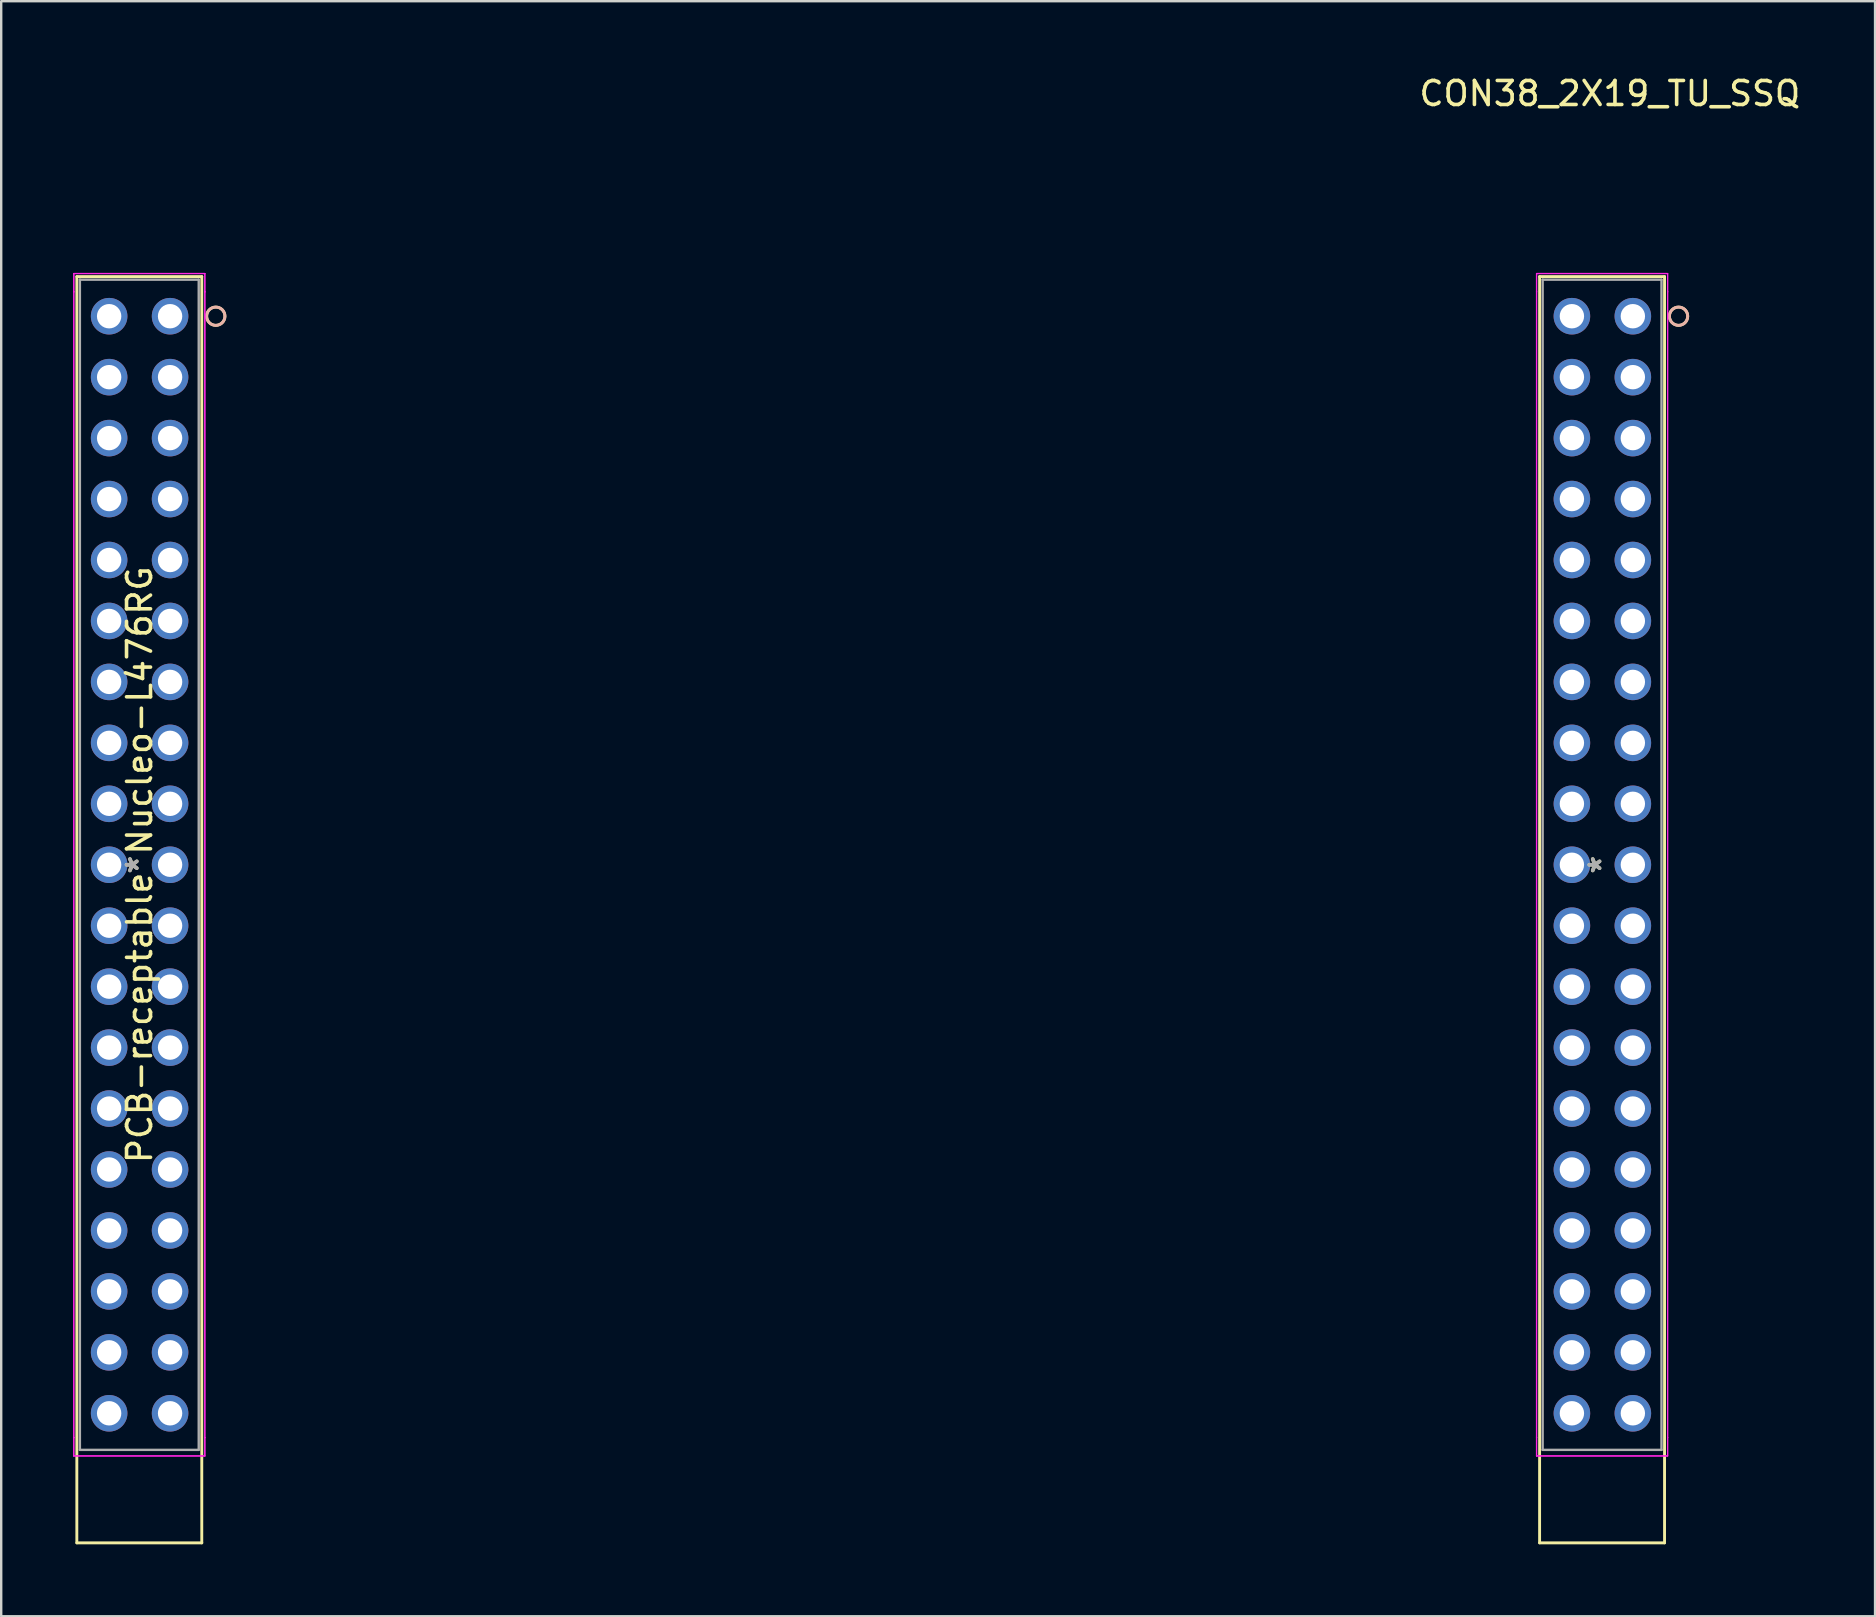
<source format=kicad_pcb>
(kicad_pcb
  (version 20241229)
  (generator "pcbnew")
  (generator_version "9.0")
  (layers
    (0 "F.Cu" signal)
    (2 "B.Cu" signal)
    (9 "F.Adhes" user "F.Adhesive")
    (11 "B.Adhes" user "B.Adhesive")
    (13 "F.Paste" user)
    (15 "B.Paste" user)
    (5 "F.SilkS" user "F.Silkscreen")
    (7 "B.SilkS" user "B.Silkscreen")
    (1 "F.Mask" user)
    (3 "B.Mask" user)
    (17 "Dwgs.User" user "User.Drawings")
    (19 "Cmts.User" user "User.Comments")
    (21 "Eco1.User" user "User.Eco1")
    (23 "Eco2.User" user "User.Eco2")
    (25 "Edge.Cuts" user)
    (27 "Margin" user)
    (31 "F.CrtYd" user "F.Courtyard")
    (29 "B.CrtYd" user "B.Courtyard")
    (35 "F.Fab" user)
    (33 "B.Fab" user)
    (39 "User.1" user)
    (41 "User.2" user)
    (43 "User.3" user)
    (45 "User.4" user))
  (footprint "PCB-receptable Nucleo-L476RG"
    (layer "F.Cu")
    (at 24.038 35.848)
    (property "Reference" "PCB-receptable Nucleo-L476RG" (at -21.27 -2.86 90) (layer "F.SilkS") (effects (font (size 1 1) (thickness 0.15))))
    (property "Value" "CON38_2X19_TU_SSQ" (at -20 -35 180) (layer "F.SilkS") (hide yes) (effects (font (size 1 1) (thickness 0.15))))
    (attr through_hole)
    (fp_line (start -23.886 -27.371) (end -23.886 25.4) (stroke (width 0.12) (type solid)) (layer "F.SilkS"))
    (fp_line (start -23.886 25.4) (end -18.679 25.4) (stroke (width 0.12) (type solid)) (layer "F.SilkS"))
    (fp_line (start -18.679 -27.371) (end -23.886 -27.371) (stroke (width 0.12) (type solid)) (layer "F.SilkS"))
    (fp_line (start -18.679 25.4) (end -18.679 -27.371) (stroke (width 0.12) (type solid)) (layer "F.SilkS"))
    (fp_line (start 37.074 -27.371) (end 37.074 25.4) (stroke (width 0.12) (type solid)) (layer "F.SilkS"))
    (fp_line (start 37.074 25.4) (end 42.281 25.4) (stroke (width 0.12) (type solid)) (layer "F.SilkS"))
    (fp_line (start 42.281 -27.371) (end 37.074 -27.371) (stroke (width 0.12) (type solid)) (layer "F.SilkS"))
    (fp_line (start 42.281 25.4) (end 42.281 -27.371) (stroke (width 0.12) (type solid)) (layer "F.SilkS"))
    (fp_circle (center -18.095 -25.72) (end -18.095 -26.101) (stroke (width 0.12) (type solid)) (fill no) (layer "F.SilkS"))
    (fp_circle (center 42.865 -25.72) (end 42.865 -26.101) (stroke (width 0.12) (type solid)) (fill no) (layer "F.SilkS"))
    (fp_circle (center -18.095 -25.72) (end -18.095 -26.101) (stroke (width 0.12) (type solid)) (fill no) (layer "B.SilkS"))
    (fp_circle (center 42.865 -25.72) (end 42.865 -26.101) (stroke (width 0.12) (type solid)) (fill no) (layer "B.SilkS"))
    (fp_line (start -24.013 -27.498) (end -24.013 -26.736) (stroke (width 0.05) (type solid)) (layer "F.CrtYd"))
    (fp_line (start -24.013 -27.498) (end -24.013 -26.736) (stroke (width 0.05) (type solid)) (layer "F.CrtYd"))
    (fp_line (start -24.013 -26.736) (end -24.013 -26.736) (stroke (width 0.05) (type solid)) (layer "F.CrtYd"))
    (fp_line (start -24.013 -26.736) (end -24.013 -26.736) (stroke (width 0.05) (type solid)) (layer "F.CrtYd"))
    (fp_line (start -24.013 -26.736) (end -24.013 21.016) (stroke (width 0.05) (type solid)) (layer "F.CrtYd"))
    (fp_line (start -24.013 -26.736) (end -24.013 21.016) (stroke (width 0.05) (type solid)) (layer "F.CrtYd"))
    (fp_line (start -24.013 21.016) (end -24.013 21.016) (stroke (width 0.05) (type solid)) (layer "F.CrtYd"))
    (fp_line (start -24.013 21.016) (end -24.013 21.016) (stroke (width 0.05) (type solid)) (layer "F.CrtYd"))
    (fp_line (start -24.013 21.016) (end -24.013 21.778) (stroke (width 0.05) (type solid)) (layer "F.CrtYd"))
    (fp_line (start -24.013 21.016) (end -24.013 21.778) (stroke (width 0.05) (type solid)) (layer "F.CrtYd"))
    (fp_line (start -24.013 21.778) (end -18.552 21.778) (stroke (width 0.05) (type solid)) (layer "F.CrtYd"))
    (fp_line (start -24.013 21.778) (end -18.552 21.778) (stroke (width 0.05) (type solid)) (layer "F.CrtYd"))
    (fp_line (start -18.552 -27.498) (end -24.013 -27.498) (stroke (width 0.05) (type solid)) (layer "F.CrtYd"))
    (fp_line (start -18.552 -27.498) (end -24.013 -27.498) (stroke (width 0.05) (type solid)) (layer "F.CrtYd"))
    (fp_line (start -18.552 -26.736) (end -18.552 -27.498) (stroke (width 0.05) (type solid)) (layer "F.CrtYd"))
    (fp_line (start -18.552 -26.736) (end -18.552 -27.498) (stroke (width 0.05) (type solid)) (layer "F.CrtYd"))
    (fp_line (start -18.552 -26.736) (end -18.552 -26.736) (stroke (width 0.05) (type solid)) (layer "F.CrtYd"))
    (fp_line (start -18.552 -26.736) (end -18.552 -26.736) (stroke (width 0.05) (type solid)) (layer "F.CrtYd"))
    (fp_line (start -18.552 21.016) (end -18.552 -26.736) (stroke (width 0.05) (type solid)) (layer "F.CrtYd"))
    (fp_line (start -18.552 21.016) (end -18.552 -26.736) (stroke (width 0.05) (type solid)) (layer "F.CrtYd"))
    (fp_line (start -18.552 21.016) (end -18.552 21.016) (stroke (width 0.05) (type solid)) (layer "F.CrtYd"))
    (fp_line (start -18.552 21.016) (end -18.552 21.016) (stroke (width 0.05) (type solid)) (layer "F.CrtYd"))
    (fp_line (start -18.552 21.778) (end -18.552 21.016) (stroke (width 0.05) (type solid)) (layer "F.CrtYd"))
    (fp_line (start -18.552 21.778) (end -18.552 21.016) (stroke (width 0.05) (type solid)) (layer "F.CrtYd"))
    (fp_line (start 36.947 -27.498) (end 36.947 -26.736) (stroke (width 0.05) (type solid)) (layer "F.CrtYd"))
    (fp_line (start 36.947 -27.498) (end 36.947 -26.736) (stroke (width 0.05) (type solid)) (layer "F.CrtYd"))
    (fp_line (start 36.947 -26.736) (end 36.947 -26.736) (stroke (width 0.05) (type solid)) (layer "F.CrtYd"))
    (fp_line (start 36.947 -26.736) (end 36.947 -26.736) (stroke (width 0.05) (type solid)) (layer "F.CrtYd"))
    (fp_line (start 36.947 -26.736) (end 36.947 21.016) (stroke (width 0.05) (type solid)) (layer "F.CrtYd"))
    (fp_line (start 36.947 -26.736) (end 36.947 21.016) (stroke (width 0.05) (type solid)) (layer "F.CrtYd"))
    (fp_line (start 36.947 21.016) (end 36.947 21.016) (stroke (width 0.05) (type solid)) (layer "F.CrtYd"))
    (fp_line (start 36.947 21.016) (end 36.947 21.016) (stroke (width 0.05) (type solid)) (layer "F.CrtYd"))
    (fp_line (start 36.947 21.016) (end 36.947 21.778) (stroke (width 0.05) (type solid)) (layer "F.CrtYd"))
    (fp_line (start 36.947 21.016) (end 36.947 21.778) (stroke (width 0.05) (type solid)) (layer "F.CrtYd"))
    (fp_line (start 36.947 21.778) (end 42.408 21.778) (stroke (width 0.05) (type solid)) (layer "F.CrtYd"))
    (fp_line (start 36.947 21.778) (end 42.408 21.778) (stroke (width 0.05) (type solid)) (layer "F.CrtYd"))
    (fp_line (start 42.408 -27.498) (end 36.947 -27.498) (stroke (width 0.05) (type solid)) (layer "F.CrtYd"))
    (fp_line (start 42.408 -27.498) (end 36.947 -27.498) (stroke (width 0.05) (type solid)) (layer "F.CrtYd"))
    (fp_line (start 42.408 -26.736) (end 42.408 -27.498) (stroke (width 0.05) (type solid)) (layer "F.CrtYd"))
    (fp_line (start 42.408 -26.736) (end 42.408 -27.498) (stroke (width 0.05) (type solid)) (layer "F.CrtYd"))
    (fp_line (start 42.408 -26.736) (end 42.408 -26.736) (stroke (width 0.05) (type solid)) (layer "F.CrtYd"))
    (fp_line (start 42.408 -26.736) (end 42.408 -26.736) (stroke (width 0.05) (type solid)) (layer "F.CrtYd"))
    (fp_line (start 42.408 21.016) (end 42.408 -26.736) (stroke (width 0.05) (type solid)) (layer "F.CrtYd"))
    (fp_line (start 42.408 21.016) (end 42.408 -26.736) (stroke (width 0.05) (type solid)) (layer "F.CrtYd"))
    (fp_line (start 42.408 21.016) (end 42.408 21.016) (stroke (width 0.05) (type solid)) (layer "F.CrtYd"))
    (fp_line (start 42.408 21.016) (end 42.408 21.016) (stroke (width 0.05) (type solid)) (layer "F.CrtYd"))
    (fp_line (start 42.408 21.778) (end 42.408 21.016) (stroke (width 0.05) (type solid)) (layer "F.CrtYd"))
    (fp_line (start 42.408 21.778) (end 42.408 21.016) (stroke (width 0.05) (type solid)) (layer "F.CrtYd"))
    (fp_line (start -23.759 -27.244) (end -23.759 21.524) (stroke (width 0.1) (type solid)) (layer "F.Fab"))
    (fp_line (start -23.759 21.524) (end -18.806 21.524) (stroke (width 0.1) (type solid)) (layer "F.Fab"))
    (fp_line (start -18.806 -27.244) (end -23.759 -27.244) (stroke (width 0.1) (type solid)) (layer "F.Fab"))
    (fp_line (start -18.806 21.524) (end -18.806 -27.244) (stroke (width 0.1) (type solid)) (layer "F.Fab"))
    (fp_line (start 37.201 -27.244) (end 37.201 21.524) (stroke (width 0.1) (type solid)) (layer "F.Fab"))
    (fp_line (start 37.201 21.524) (end 42.154 21.524) (stroke (width 0.1) (type solid)) (layer "F.Fab"))
    (fp_line (start 42.154 -27.244) (end 37.201 -27.244) (stroke (width 0.1) (type solid)) (layer "F.Fab"))
    (fp_line (start 42.154 21.524) (end 42.154 -27.244) (stroke (width 0.1) (type solid)) (layer "F.Fab"))
    (fp_circle (center -20 -25.72) (end -20 -25.974) (stroke (width 0.1) (type solid)) (fill no) (layer "F.Fab"))
    (fp_circle (center 40.96 -25.72) (end 40.96 -25.974) (stroke (width 0.1) (type solid)) (fill no) (layer "F.Fab"))
    (fp_text user "${VALUE}" (at 40 -35 180) (layer "F.SilkS") (effects (font (size 1 1) (thickness 0.15))))
    (fp_text user "*" (at -21.27 -2.86 90) (layer "F.SilkS") (effects (font (size 1 1) (thickness 0.15))))
    (fp_text user "*" (at 39.69 -2.86 90) (layer "F.SilkS") (effects (font (size 1 1) (thickness 0.15))))
    (fp_text user "Copyright 2021 Accelerated Designs. All rights reserved." (at -20 -32.46 180) (layer "Cmts.User") (effects (font (size 0.127 0.127) (thickness 0.002))))
    (fp_text user "Copyright 2021 Accelerated Designs. All rights reserved." (at 40 -32.46 180) (layer "Cmts.User") (effects (font (size 0.127 0.127) (thickness 0.002))))
    (fp_text user "*" (at -21.27 -2.86 90) (layer "F.Fab") (effects (font (size 1 1) (thickness 0.15))))
    (fp_text user "*" (at 39.69 -2.86 90) (layer "F.Fab") (effects (font (size 1 1) (thickness 0.15))))
    (pad "CN7-1" thru_hole circle (at -22.54 -25.72 180) (size 1.524 1.524) (drill 1.016) (layers "*.Cu" "*.Mask"))
    (pad "CN7-2" thru_hole circle (at -20 -25.72 180) (size 1.524 1.524) (drill 1.016) (layers "*.Cu" "*.Mask"))
    (pad "CN7-3" thru_hole circle (at -22.54 -23.18 180) (size 1.524 1.524) (drill 1.016) (layers "*.Cu" "*.Mask"))
    (pad "CN7-4" thru_hole circle (at -20 -23.18 180) (size 1.524 1.524) (drill 1.016) (layers "*.Cu" "*.Mask"))
    (pad "CN7-5" thru_hole circle (at -22.54 -20.64 180) (size 1.524 1.524) (drill 1.016) (layers "*.Cu" "*.Mask"))
    (pad "CN7-6" thru_hole circle (at -20 -20.64 180) (size 1.524 1.524) (drill 1.016) (layers "*.Cu" "*.Mask"))
    (pad "CN7-7" thru_hole circle (at -22.54 -18.1 180) (size 1.524 1.524) (drill 1.016) (layers "*.Cu" "*.Mask"))
    (pad "CN7-8" thru_hole circle (at -20 -18.1 180) (size 1.524 1.524) (drill 1.016) (layers "*.Cu" "*.Mask"))
    (pad "CN7-9" thru_hole circle (at -22.54 -15.56 180) (size 1.524 1.524) (drill 1.016) (layers "*.Cu" "*.Mask"))
    (pad "CN7-10" thru_hole circle (at -20 -15.56 180) (size 1.524 1.524) (drill 1.016) (layers "*.Cu" "*.Mask"))
    (pad "CN7-11" thru_hole circle (at -22.54 -13.02 180) (size 1.524 1.524) (drill 1.016) (layers "*.Cu" "*.Mask"))
    (pad "CN7-12" thru_hole circle (at -20 -13.02 180) (size 1.524 1.524) (drill 1.016) (layers "*.Cu" "*.Mask"))
    (pad "CN7-13" thru_hole circle (at -22.54 -10.48 180) (size 1.524 1.524) (drill 1.016) (layers "*.Cu" "*.Mask"))
    (pad "CN7-14" thru_hole circle (at -20 -10.48 180) (size 1.524 1.524) (drill 1.016) (layers "*.Cu" "*.Mask"))
    (pad "CN7-15" thru_hole circle (at -22.54 -7.94 180) (size 1.524 1.524) (drill 1.016) (layers "*.Cu" "*.Mask"))
    (pad "CN7-16" thru_hole circle (at -20 -7.94 180) (size 1.524 1.524) (drill 1.016) (layers "*.Cu" "*.Mask"))
    (pad "CN7-17" thru_hole circle (at -22.54 -5.4 180) (size 1.524 1.524) (drill 1.016) (layers "*.Cu" "*.Mask"))
    (pad "CN7-18" thru_hole circle (at -20 -5.4 180) (size 1.524 1.524) (drill 1.016) (layers "*.Cu" "*.Mask"))
    (pad "CN7-19" thru_hole circle (at -22.54 -2.86 180) (size 1.524 1.524) (drill 1.016) (layers "*.Cu" "*.Mask"))
    (pad "CN7-20" thru_hole circle (at -20 -2.86 180) (size 1.524 1.524) (drill 1.016) (layers "*.Cu" "*.Mask"))
    (pad "CN7-21" thru_hole circle (at -22.54 -0.32 180) (size 1.524 1.524) (drill 1.016) (layers "*.Cu" "*.Mask"))
    (pad "CN7-22" thru_hole circle (at -20 -0.32 180) (size 1.524 1.524) (drill 1.016) (layers "*.Cu" "*.Mask"))
    (pad "CN7-23" thru_hole circle (at -22.54 2.22 180) (size 1.524 1.524) (drill 1.016) (layers "*.Cu" "*.Mask"))
    (pad "CN7-24" thru_hole circle (at -20 2.22 180) (size 1.524 1.524) (drill 1.016) (layers "*.Cu" "*.Mask"))
    (pad "CN7-25" thru_hole circle (at -22.54 4.76 180) (size 1.524 1.524) (drill 1.016) (layers "*.Cu" "*.Mask"))
    (pad "CN7-26" thru_hole circle (at -20 4.76 180) (size 1.524 1.524) (drill 1.016) (layers "*.Cu" "*.Mask"))
    (pad "CN7-27" thru_hole circle (at -22.54 7.3 180) (size 1.524 1.524) (drill 1.016) (layers "*.Cu" "*.Mask"))
    (pad "CN7-28" thru_hole circle (at -20 7.3 180) (size 1.524 1.524) (drill 1.016) (layers "*.Cu" "*.Mask"))
    (pad "CN7-29" thru_hole circle (at -22.54 9.84 180) (size 1.524 1.524) (drill 1.016) (layers "*.Cu" "*.Mask"))
    (pad "CN7-30" thru_hole circle (at -20 9.84 180) (size 1.524 1.524) (drill 1.016) (layers "*.Cu" "*.Mask"))
    (pad "CN7-31" thru_hole circle (at -22.54 12.38 180) (size 1.524 1.524) (drill 1.016) (layers "*.Cu" "*.Mask"))
    (pad "CN7-32" thru_hole circle (at -20 12.38 180) (size 1.524 1.524) (drill 1.016) (layers "*.Cu" "*.Mask"))
    (pad "CN7-33" thru_hole circle (at -22.54 14.92 180) (size 1.524 1.524) (drill 1.016) (layers "*.Cu" "*.Mask"))
    (pad "CN7-34" thru_hole circle (at -20 14.92 180) (size 1.524 1.524) (drill 1.016) (layers "*.Cu" "*.Mask"))
    (pad "CN7-35" thru_hole circle (at -22.54 17.46 180) (size 1.524 1.524) (drill 1.016) (layers "*.Cu" "*.Mask"))
    (pad "CN7-36" thru_hole circle (at -20 17.46 180) (size 1.524 1.524) (drill 1.016) (layers "*.Cu" "*.Mask"))
    (pad "CN7-37" thru_hole circle (at -22.54 20 180) (size 1.524 1.524) (drill 1.016) (layers "*.Cu" "*.Mask"))
    (pad "CN7-38" thru_hole circle (at -20 20 180) (size 1.524 1.524) (drill 1.016) (layers "*.Cu" "*.Mask"))
    (pad "CN10-1" thru_hole circle (at 38.42 -25.72 180) (size 1.524 1.524) (drill 1.016) (layers "*.Cu" "*.Mask"))
    (pad "CN10-2" thru_hole circle (at 40.96 -25.72 180) (size 1.524 1.524) (drill 1.016) (layers "*.Cu" "*.Mask"))
    (pad "CN10-3" thru_hole circle (at 38.42 -23.18 180) (size 1.524 1.524) (drill 1.016) (layers "*.Cu" "*.Mask"))
    (pad "CN10-4" thru_hole circle (at 40.96 -23.18 180) (size 1.524 1.524) (drill 1.016) (layers "*.Cu" "*.Mask"))
    (pad "CN10-5" thru_hole circle (at 38.42 -20.64 180) (size 1.524 1.524) (drill 1.016) (layers "*.Cu" "*.Mask"))
    (pad "CN10-6" thru_hole circle (at 40.96 -20.64 180) (size 1.524 1.524) (drill 1.016) (layers "*.Cu" "*.Mask"))
    (pad "CN10-7" thru_hole circle (at 38.42 -18.1 180) (size 1.524 1.524) (drill 1.016) (layers "*.Cu" "*.Mask"))
    (pad "CN10-8" thru_hole circle (at 40.96 -18.1 180) (size 1.524 1.524) (drill 1.016) (layers "*.Cu" "*.Mask"))
    (pad "CN10-9" thru_hole circle (at 38.42 -15.56 180) (size 1.524 1.524) (drill 1.016) (layers "*.Cu" "*.Mask"))
    (pad "CN10-10" thru_hole circle (at 40.96 -15.56 180) (size 1.524 1.524) (drill 1.016) (layers "*.Cu" "*.Mask"))
    (pad "CN10-11" thru_hole circle (at 38.42 -13.02 180) (size 1.524 1.524) (drill 1.016) (layers "*.Cu" "*.Mask"))
    (pad "CN10-12" thru_hole circle (at 40.96 -13.02 180) (size 1.524 1.524) (drill 1.016) (layers "*.Cu" "*.Mask"))
    (pad "CN10-13" thru_hole circle (at 38.42 -10.48 180) (size 1.524 1.524) (drill 1.016) (layers "*.Cu" "*.Mask"))
    (pad "CN10-14" thru_hole circle (at 40.96 -10.48 180) (size 1.524 1.524) (drill 1.016) (layers "*.Cu" "*.Mask"))
    (pad "CN10-15" thru_hole circle (at 38.42 -7.94 180) (size 1.524 1.524) (drill 1.016) (layers "*.Cu" "*.Mask"))
    (pad "CN10-16" thru_hole circle (at 40.96 -7.94 180) (size 1.524 1.524) (drill 1.016) (layers "*.Cu" "*.Mask"))
    (pad "CN10-17" thru_hole circle (at 38.42 -5.4 180) (size 1.524 1.524) (drill 1.016) (layers "*.Cu" "*.Mask"))
    (pad "CN10-18" thru_hole circle (at 40.96 -5.4 180) (size 1.524 1.524) (drill 1.016) (layers "*.Cu" "*.Mask"))
    (pad "CN10-19" thru_hole circle (at 38.42 -2.86 180) (size 1.524 1.524) (drill 1.016) (layers "*.Cu" "*.Mask"))
    (pad "CN10-20" thru_hole circle (at 40.96 -2.86 180) (size 1.524 1.524) (drill 1.016) (layers "*.Cu" "*.Mask"))
    (pad "CN10-21" thru_hole circle (at 38.42 -0.32 180) (size 1.524 1.524) (drill 1.016) (layers "*.Cu" "*.Mask"))
    (pad "CN10-22" thru_hole circle (at 40.96 -0.32 180) (size 1.524 1.524) (drill 1.016) (layers "*.Cu" "*.Mask"))
    (pad "CN10-23" thru_hole circle (at 38.42 2.22 180) (size 1.524 1.524) (drill 1.016) (layers "*.Cu" "*.Mask"))
    (pad "CN10-24" thru_hole circle (at 40.96 2.22 180) (size 1.524 1.524) (drill 1.016) (layers "*.Cu" "*.Mask"))
    (pad "CN10-25" thru_hole circle (at 38.42 4.76 180) (size 1.524 1.524) (drill 1.016) (layers "*.Cu" "*.Mask"))
    (pad "CN10-26" thru_hole circle (at 40.96 4.76 180) (size 1.524 1.524) (drill 1.016) (layers "*.Cu" "*.Mask"))
    (pad "CN10-27" thru_hole circle (at 38.42 7.3 180) (size 1.524 1.524) (drill 1.016) (layers "*.Cu" "*.Mask"))
    (pad "CN10-28" thru_hole circle (at 40.96 7.3 180) (size 1.524 1.524) (drill 1.016) (layers "*.Cu" "*.Mask"))
    (pad "CN10-29" thru_hole circle (at 38.42 9.84 180) (size 1.524 1.524) (drill 1.016) (layers "*.Cu" "*.Mask"))
    (pad "CN10-30" thru_hole circle (at 40.96 9.84 180) (size 1.524 1.524) (drill 1.016) (layers "*.Cu" "*.Mask"))
    (pad "CN10-31" thru_hole circle (at 38.42 12.38 180) (size 1.524 1.524) (drill 1.016) (layers "*.Cu" "*.Mask"))
    (pad "CN10-32" thru_hole circle (at 40.96 12.38 180) (size 1.524 1.524) (drill 1.016) (layers "*.Cu" "*.Mask"))
    (pad "CN10-33" thru_hole circle (at 38.42 14.92 180) (size 1.524 1.524) (drill 1.016) (layers "*.Cu" "*.Mask"))
    (pad "CN10-34" thru_hole circle (at 40.96 14.92 180) (size 1.524 1.524) (drill 1.016) (layers "*.Cu" "*.Mask"))
    (pad "CN10-35" thru_hole circle (at 38.42 17.46 180) (size 1.524 1.524) (drill 1.016) (layers "*.Cu" "*.Mask"))
    (pad "CN10-36" thru_hole circle (at 40.96 17.46 180) (size 1.524 1.524) (drill 1.016) (layers "*.Cu" "*.Mask"))
    (pad "CN10-37" thru_hole circle (at 38.42 20 180) (size 1.524 1.524) (drill 1.016) (layers "*.Cu" "*.Mask"))
    (pad "CN10-38" thru_hole circle (at 40.96 20 180) (size 1.524 1.524) (drill 1.016) (layers "*.Cu" "*.Mask")))
  (gr_rect
    (start -3 -3)
    (end 75.092 64.308)
    (stroke (width 0.1) (type default))
    (fill no)
    (layer "Edge.Cuts")))
</source>
